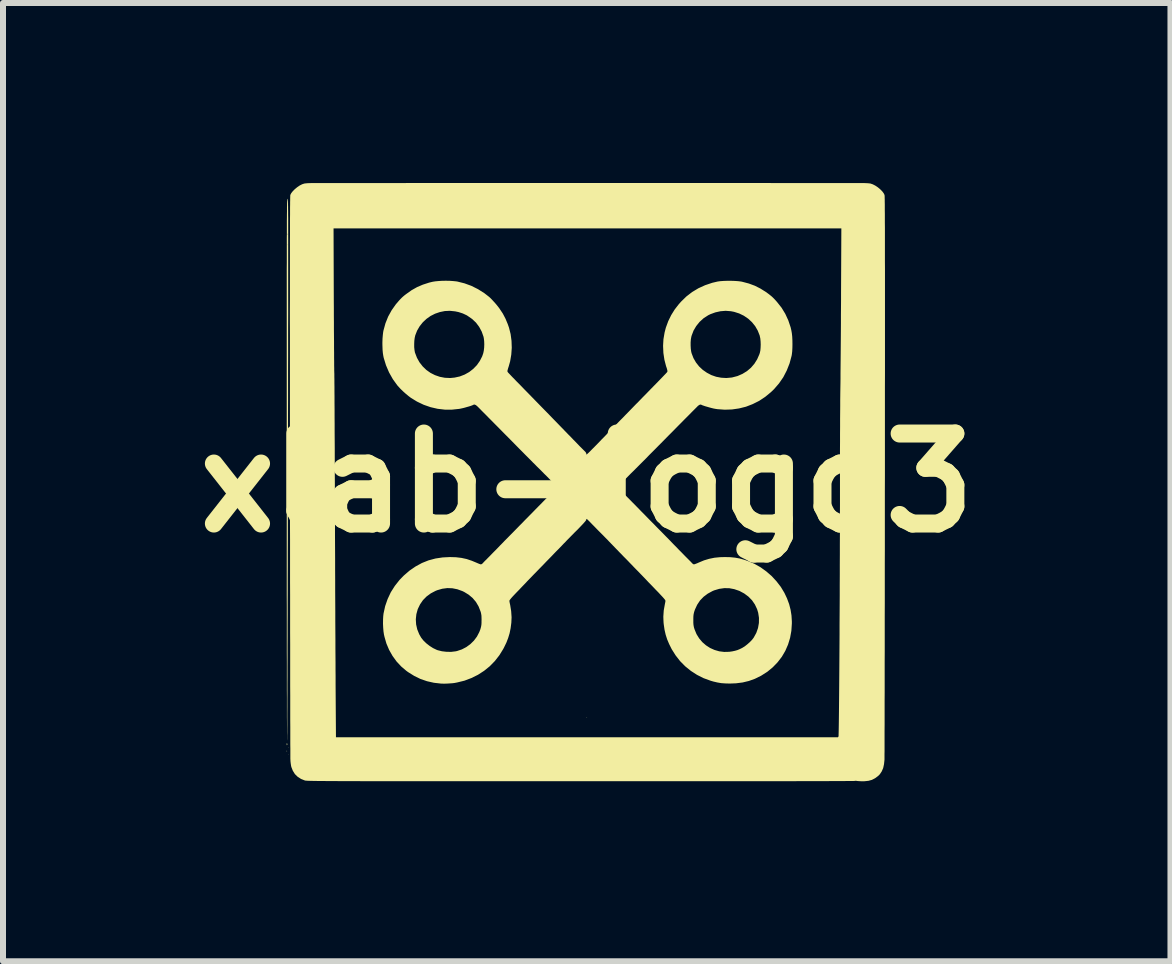
<source format=kicad_pcb>
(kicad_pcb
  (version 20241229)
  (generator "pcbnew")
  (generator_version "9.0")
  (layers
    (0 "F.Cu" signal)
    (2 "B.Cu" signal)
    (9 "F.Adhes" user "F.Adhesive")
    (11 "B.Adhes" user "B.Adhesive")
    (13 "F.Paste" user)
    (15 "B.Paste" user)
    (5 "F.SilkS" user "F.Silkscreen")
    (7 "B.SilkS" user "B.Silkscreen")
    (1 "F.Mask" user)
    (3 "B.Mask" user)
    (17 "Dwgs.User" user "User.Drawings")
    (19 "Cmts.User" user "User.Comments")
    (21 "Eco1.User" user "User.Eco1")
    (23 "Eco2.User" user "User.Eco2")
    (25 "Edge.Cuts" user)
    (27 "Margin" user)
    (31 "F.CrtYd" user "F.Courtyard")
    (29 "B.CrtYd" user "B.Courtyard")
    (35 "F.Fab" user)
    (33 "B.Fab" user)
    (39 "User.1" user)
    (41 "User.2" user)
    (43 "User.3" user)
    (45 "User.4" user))
  (footprint "xlab-logo3"
    (layer "F.Cu")
    (at 6.729 4.997)
    (property "Reference" "xlab-logo3" (at 0 0 0) (layer "F.SilkS") (effects (font (size 1.5 1.5) (thickness 0.3))))
    (attr board_only exclude_from_pos_files exclude_from_bom)
    (fp_poly (pts (xy -4.971 4.407) (xy -4.975 4.41) (xy -4.979 4.407) (xy -4.975 4.403)) (stroke (width 0) (type solid)) (fill yes) (layer "F.SilkS"))
    (fp_poly (pts (xy -4.971 4.529) (xy -4.975 4.532) (xy -4.979 4.529) (xy -4.975 4.526)) (stroke (width 0) (type solid)) (fill yes) (layer "F.SilkS"))
    (fp_poly (pts (xy -4.996 4.463) (xy -4.995 4.477) (xy -4.996 4.48) (xy -4.999 4.481) (xy -5 4.471) (xy -4.999 4.462)) (stroke (width 0) (type solid)) (fill yes) (layer "F.SilkS"))
    (fp_poly (pts (xy 0.005 3.903) (xy 0.004 3.907) (xy 0 3.907) (xy -0.006 3.905) (xy -0.005 3.903) (xy 0.004 3.902)) (stroke (width 0) (type solid)) (fill yes) (layer "F.SilkS"))
    (fp_poly (pts (xy -4.993 4.344) (xy -4.99 4.36) (xy -4.993 4.368) (xy -4.998 4.373) (xy -5 4.368) (xy -5.001 4.356) (xy -5 4.341) (xy -4.997 4.339)) (stroke (width 0) (type solid)) (fill yes) (layer "F.SilkS"))
    (fp_poly (pts (xy -4.988 -4.733) (xy -4.988 -4.733) (xy -4.986 -4.73) (xy -4.985 -4.725) (xy -4.983 -4.719) (xy -4.982 -4.71) (xy -4.981 -4.697) (xy -4.98 -4.681) (xy -4.979 -4.661) (xy -4.979 -4.636) (xy -4.978 -4.605) (xy -4.978 -4.568) (xy -4.977 -4.525) (xy -4.977 -4.474) (xy -4.976 -4.415) (xy -4.976 -4.348) (xy -4.976 -4.272) (xy -4.976 -4.186) (xy -4.976 -4.09) (xy -4.976 -3.983) (xy -4.976 -3.865) (xy -4.976 -3.735) (xy -4.976 -3.593) (xy -4.976 -3.476) (xy -4.976 -3.253) (xy -4.976 -3.027) (xy -4.976 -2.798) (xy -4.977 -2.567) (xy -4.977 -2.333) (xy -4.977 -2.098) (xy -4.978 -1.861) (xy -4.978 -1.623) (xy -4.978 -1.385) (xy -4.979 -1.147) (xy -4.979 -0.908) (xy -4.979 -0.671) (xy -4.98 -0.434) (xy -4.98 -0.199) (xy -4.981 0.035) (xy -4.981 0.266) (xy -4.981 0.495) (xy -4.982 0.721) (xy -4.982 0.944) (xy -4.983 1.163) (xy -4.983 1.378) (xy -4.984 1.589) (xy -4.984 1.794) (xy -4.985 1.995) (xy -4.985 2.189) (xy -4.986 2.378) (xy -4.986 2.56) (xy -4.987 2.736) (xy -4.987 2.904) (xy -4.988 3.065) (xy -4.988 3.218) (xy -4.989 3.362) (xy -4.989 3.498) (xy -4.99 3.625) (xy -4.99 3.742) (xy -4.991 3.849) (xy -4.991 3.946) (xy -4.991 4.032) (xy -4.992 4.107) (xy -4.992 4.171) (xy -4.993 4.222) (xy -4.993 4.262) (xy -4.994 4.289) (xy -4.994 4.303) (xy -4.994 4.305) (xy -4.994 4.299) (xy -4.995 4.279) (xy -4.995 4.247) (xy -4.995 4.203) (xy -4.996 4.146) (xy -4.996 4.077) (xy -4.996 3.997) (xy -4.997 3.906) (xy -4.997 3.804) (xy -4.997 3.691) (xy -4.997 3.568) (xy -4.998 3.436) (xy -4.998 3.294) (xy -4.998 3.144) (xy -4.998 2.984) (xy -4.999 2.816) (xy -4.999 2.641) (xy -4.999 2.457) (xy -4.999 2.267) (xy -4.999 2.069) (xy -5 1.865) (xy -5 1.655) (xy -5 1.438) (xy -5 1.217) (xy -5 0.99) (xy -5 0.758) (xy -5 0.522) (xy -5 0.281) (xy -5 0.037) (xy -5 -0.21) (xy -5 -0.217) (xy -5 -0.515) (xy -5 -0.8) (xy -5 -1.071) (xy -5 -1.33) (xy -5 -1.577) (xy -5 -1.811) (xy -5 -2.034) (xy -5 -2.245) (xy -5 -2.445) (xy -5 -2.634) (xy -5 -2.812) (xy -5 -2.98) (xy -5 -3.138) (xy -5 -3.287) (xy -5 -3.426) (xy -5 -3.556) (xy -4.999 -3.677) (xy -4.999 -3.79) (xy -4.999 -3.895) (xy -4.999 -3.965) (xy -4.986 -3.965) (xy -4.983 -3.962) (xy -4.979 -3.965) (xy -4.983 -3.968) (xy -4.986 -3.965) (xy -4.999 -3.965) (xy -4.999 -3.991) (xy -4.999 -4.08) (xy -4.998 -4.145) (xy -4.986 -4.145) (xy -4.984 -4.139) (xy -4.981 -4.14) (xy -4.98 -4.149) (xy -4.981 -4.15) (xy -4.986 -4.149) (xy -4.986 -4.145) (xy -4.998 -4.145) (xy -4.998 -4.162) (xy -4.998 -4.237) (xy -4.998 -4.305) (xy -4.998 -4.367) (xy -4.997 -4.423) (xy -4.997 -4.473) (xy -4.996 -4.517) (xy -4.996 -4.557) (xy -4.996 -4.591) (xy -4.995 -4.621) (xy -4.995 -4.646) (xy -4.994 -4.668) (xy -4.994 -4.686) (xy -4.993 -4.7) (xy -4.992 -4.712) (xy -4.992 -4.721) (xy -4.991 -4.727) (xy -4.99 -4.731) (xy -4.99 -4.733) (xy -4.989 -4.734)) (stroke (width 0) (type solid)) (fill yes) (layer "F.SilkS"))
    (fp_poly (pts (xy 0.259 -4.997) (xy 0.487 -4.997) (xy 0.713 -4.997) (xy 0.938 -4.997) (xy 1.16 -4.997) (xy 1.381 -4.997) (xy 1.598 -4.997) (xy 1.811 -4.997) (xy 2.021 -4.997) (xy 2.226 -4.997) (xy 2.426 -4.997) (xy 2.621 -4.997) (xy 2.809 -4.997) (xy 2.991 -4.997) (xy 3.166 -4.996) (xy 3.334 -4.996) (xy 3.493 -4.996) (xy 3.644 -4.996) (xy 3.786 -4.996) (xy 3.918 -4.996) (xy 4.041 -4.996) (xy 4.153 -4.996) (xy 4.254 -4.996) (xy 4.343 -4.996) (xy 4.421 -4.996) (xy 4.486 -4.996) (xy 4.538 -4.996) (xy 4.576 -4.996) (xy 4.601 -4.996) (xy 4.61 -4.996) (xy 4.648 -4.995) (xy 4.685 -4.993) (xy 4.716 -4.99) (xy 4.729 -4.988) (xy 4.767 -4.975) (xy 4.808 -4.954) (xy 4.85 -4.926) (xy 4.889 -4.894) (xy 4.923 -4.86) (xy 4.948 -4.827) (xy 4.963 -4.797) (xy 4.963 -4.792) (xy 4.964 -4.782) (xy 4.965 -4.767) (xy 4.965 -4.745) (xy 4.966 -4.718) (xy 4.966 -4.684) (xy 4.967 -4.644) (xy 4.967 -4.597) (xy 4.967 -4.543) (xy 4.968 -4.482) (xy 4.968 -4.413) (xy 4.968 -4.336) (xy 4.969 -4.251) (xy 4.969 -4.158) (xy 4.969 -4.057) (xy 4.969 -3.946) (xy 4.969 -3.827) (xy 4.969 -3.698) (xy 4.97 -3.56) (xy 4.97 -3.412) (xy 4.97 -3.253) (xy 4.97 -3.085) (xy 4.97 -2.906) (xy 4.97 -2.716) (xy 4.97 -2.515) (xy 4.97 -2.303) (xy 4.97 -2.079) (xy 4.97 -1.844) (xy 4.969 -1.596) (xy 4.969 -1.336) (xy 4.969 -1.064) (xy 4.969 -0.779) (xy 4.969 -0.481) (xy 4.969 -0.169) (xy 4.969 -0.116) (xy 4.968 0.136) (xy 4.968 0.384) (xy 4.968 0.629) (xy 4.968 0.87) (xy 4.968 1.107) (xy 4.967 1.339) (xy 4.967 1.566) (xy 4.967 1.788) (xy 4.967 2.004) (xy 4.966 2.214) (xy 4.966 2.418) (xy 4.966 2.616) (xy 4.966 2.806) (xy 4.965 2.988) (xy 4.965 3.163) (xy 4.965 3.33) (xy 4.965 3.488) (xy 4.964 3.638) (xy 4.964 3.778) (xy 4.964 3.909) (xy 4.964 4.029) (xy 4.963 4.14) (xy 4.963 4.24) (xy 4.963 4.329) (xy 4.963 4.406) (xy 4.963 4.472) (xy 4.962 4.526) (xy 4.962 4.567) (xy 4.962 4.596) (xy 4.962 4.612) (xy 4.962 4.614) (xy 4.954 4.689) (xy 4.94 4.754) (xy 4.916 4.809) (xy 4.885 4.856) (xy 4.855 4.886) (xy 4.805 4.923) (xy 4.753 4.95) (xy 4.696 4.966) (xy 4.63 4.973) (xy 4.599 4.974) (xy 4.565 4.973) (xy 4.532 4.971) (xy 4.508 4.969) (xy 4.501 4.968) (xy 4.482 4.965) (xy 4.473 4.967) (xy 4.473 4.968) (xy 4.465 4.968) (xy 4.443 4.969) (xy 4.407 4.969) (xy 4.357 4.969) (xy 4.293 4.97) (xy 4.216 4.97) (xy 4.126 4.97) (xy 4.023 4.971) (xy 3.908 4.971) (xy 3.78 4.971) (xy 3.641 4.971) (xy 3.491 4.972) (xy 3.329 4.972) (xy 3.157 4.972) (xy 2.974 4.972) (xy 2.78 4.973) (xy 2.577 4.973) (xy 2.365 4.973) (xy 2.143 4.973) (xy 1.912 4.973) (xy 1.672 4.973) (xy 1.424 4.973) (xy 1.168 4.973) (xy 0.905 4.973) (xy 0.634 4.973) (xy 0.355 4.973) (xy 0.07 4.973) (xy -0.091 4.973) (xy -0.403 4.973) (xy -0.701 4.973) (xy -0.985 4.973) (xy -1.254 4.973) (xy -1.511 4.973) (xy -1.754 4.973) (xy -1.984 4.973) (xy -2.202 4.973) (xy -2.407 4.973) (xy -2.601 4.973) (xy -2.784 4.973) (xy -2.956 4.973) (xy -3.117 4.972) (xy -3.267 4.972) (xy -3.408 4.972) (xy -3.538 4.972) (xy -3.66 4.972) (xy -3.773 4.972) (xy -3.877 4.971) (xy -3.973 4.971) (xy -4.06 4.971) (xy -4.141 4.971) (xy -4.214 4.97) (xy -4.28 4.97) (xy -4.34 4.97) (xy -4.394 4.969) (xy -4.442 4.969) (xy -4.484 4.969) (xy -4.521 4.968) (xy -4.554 4.968) (xy -4.582 4.967) (xy -4.606 4.967) (xy -4.626 4.966) (xy -4.643 4.966) (xy -4.657 4.965) (xy -4.669 4.964) (xy -4.678 4.964) (xy -4.685 4.963) (xy -4.69 4.962) (xy -4.694 4.961) (xy -4.697 4.961) (xy -4.762 4.935) (xy -4.818 4.899) (xy -4.864 4.854) (xy -4.899 4.798) (xy -4.924 4.734) (xy -4.924 4.734) (xy -4.929 4.709) (xy -4.934 4.676) (xy -4.938 4.639) (xy -4.939 4.614) (xy -4.94 4.603) (xy -4.94 4.579) (xy -4.94 4.542) (xy -4.94 4.492) (xy -4.94 4.43) (xy -4.941 4.357) (xy -4.941 4.271) (xy -4.941 4.175) (xy -4.941 4.068) (xy -4.942 3.951) (xy -4.942 3.824) (xy -4.942 3.687) (xy -4.942 3.54) (xy -4.943 3.385) (xy -4.943 3.221) (xy -4.943 3.049) (xy -4.943 2.869) (xy -4.943 2.681) (xy -4.944 2.487) (xy -4.944 2.285) (xy -4.944 2.077) (xy -4.944 1.863) (xy -4.945 1.643) (xy -4.945 1.417) (xy -4.945 1.187) (xy -4.945 0.951) (xy -4.946 0.712) (xy -4.946 0.468) (xy -4.946 0.221) (xy -4.946 -0.029) (xy -4.946 -0.116) (xy -4.946 -0.429) (xy -4.947 -0.73) (xy -4.947 -1.017) (xy -4.947 -1.292) (xy -4.947 -1.554) (xy -4.947 -1.803) (xy -4.947 -2.041) (xy -4.947 -2.266) (xy -4.947 -2.481) (xy -4.948 -2.683) (xy -4.948 -2.875) (xy -4.947 -3.056) (xy -4.947 -3.226) (xy -4.947 -3.386) (xy -4.947 -3.536) (xy -4.947 -3.676) (xy -4.947 -3.806) (xy -4.947 -3.927) (xy -4.947 -4.039) (xy -4.946 -4.142) (xy -4.946 -4.236) (xy -4.946 -4.24) (xy -4.22 -4.24) (xy -4.216 -3.042) (xy -4.215 -2.916) (xy -4.215 -2.793) (xy -4.214 -2.674) (xy -4.214 -2.56) (xy -4.213 -2.452) (xy -4.212 -2.35) (xy -4.212 -2.255) (xy -4.211 -2.168) (xy -4.211 -2.089) (xy -4.21 -2.019) (xy -4.21 -1.96) (xy -4.209 -1.91) (xy -4.209 -1.872) (xy -4.208 -1.846) (xy -4.208 -1.833) (xy -4.208 -1.831) (xy -4.207 -1.823) (xy -4.207 -1.803) (xy -4.207 -1.769) (xy -4.206 -1.724) (xy -4.206 -1.667) (xy -4.205 -1.599) (xy -4.205 -1.52) (xy -4.204 -1.432) (xy -4.204 -1.334) (xy -4.203 -1.227) (xy -4.203 -1.111) (xy -4.202 -0.988) (xy -4.202 -0.857) (xy -4.201 -0.72) (xy -4.2 -0.576) (xy -4.2 -0.426) (xy -4.199 -0.271) (xy -4.199 -0.111) (xy -4.198 0.053) (xy -4.198 0.221) (xy -4.197 0.336) (xy -4.197 0.518) (xy -4.196 0.701) (xy -4.196 0.885) (xy -4.195 1.07) (xy -4.194 1.254) (xy -4.194 1.437) (xy -4.193 1.617) (xy -4.193 1.795) (xy -4.192 1.968) (xy -4.191 2.137) (xy -4.191 2.3) (xy -4.19 2.457) (xy -4.189 2.607) (xy -4.189 2.749) (xy -4.188 2.882) (xy -4.187 3.005) (xy -4.187 3.118) (xy -4.186 3.219) (xy -4.186 3.308) (xy -4.186 3.365) (xy -4.18 4.24) (xy 0.004 4.24) (xy 4.187 4.24) (xy 4.196 4.225) (xy 4.197 4.216) (xy 4.197 4.195) (xy 4.198 4.161) (xy 4.199 4.115) (xy 4.2 4.058) (xy 4.201 3.99) (xy 4.202 3.912) (xy 4.203 3.823) (xy 4.204 3.726) (xy 4.205 3.62) (xy 4.206 3.506) (xy 4.207 3.384) (xy 4.208 3.255) (xy 4.209 3.12) (xy 4.21 2.979) (xy 4.211 2.832) (xy 4.212 2.681) (xy 4.213 2.525) (xy 4.213 2.366) (xy 4.214 2.203) (xy 4.215 2.038) (xy 4.216 1.87) (xy 4.216 1.701) (xy 4.217 1.531) (xy 4.217 1.361) (xy 4.218 1.19) (xy 4.218 1.02) (xy 4.219 0.852) (xy 4.219 0.685) (xy 4.219 0.52) (xy 4.22 0.358) (xy 4.22 0.2) (xy 4.22 0.045) (xy 4.22 -0.022) (xy 4.22 -0.152) (xy 4.22 -0.284) (xy 4.22 -0.418) (xy 4.22 -0.551) (xy 4.221 -0.683) (xy 4.221 -0.812) (xy 4.222 -0.937) (xy 4.222 -1.057) (xy 4.223 -1.171) (xy 4.224 -1.277) (xy 4.224 -1.375) (xy 4.225 -1.462) (xy 4.226 -1.539) (xy 4.227 -1.598) (xy 4.228 -1.663) (xy 4.229 -1.741) (xy 4.229 -1.829) (xy 4.23 -1.928) (xy 4.231 -2.035) (xy 4.232 -2.149) (xy 4.233 -2.27) (xy 4.234 -2.396) (xy 4.235 -2.525) (xy 4.236 -2.657) (xy 4.236 -2.79) (xy 4.237 -2.923) (xy 4.238 -3.054) (xy 4.238 -3.165) (xy 4.243 -4.24) (xy 0.011 -4.24) (xy -4.22 -4.24) (xy -4.946 -4.24) (xy -4.946 -4.323) (xy -4.946 -4.401) (xy -4.945 -4.471) (xy -4.945 -4.533) (xy -4.945 -4.589) (xy -4.944 -4.637) (xy -4.944 -4.678) (xy -4.943 -4.713) (xy -4.943 -4.741) (xy -4.942 -4.764) (xy -4.942 -4.78) (xy -4.941 -4.791) (xy -4.941 -4.796) (xy -4.941 -4.797) (xy -4.925 -4.828) (xy -4.899 -4.861) (xy -4.865 -4.895) (xy -4.826 -4.927) (xy -4.785 -4.955) (xy -4.744 -4.976) (xy -4.707 -4.988) (xy -4.684 -4.991) (xy -4.651 -4.994) (xy -4.613 -4.995) (xy -4.588 -4.996) (xy -4.575 -4.996) (xy -4.548 -4.996) (xy -4.507 -4.996) (xy -4.453 -4.996) (xy -4.386 -4.996) (xy -4.306 -4.996) (xy -4.214 -4.996) (xy -4.111 -4.996) (xy -3.997 -4.996) (xy -3.873 -4.996) (xy -3.739 -4.996) (xy -3.595 -4.996) (xy -3.443 -4.996) (xy -3.282 -4.996) (xy -3.113 -4.996) (xy -2.937 -4.997) (xy -2.754 -4.997) (xy -2.564 -4.997) (xy -2.368 -4.997) (xy -2.167 -4.997) (xy -1.961 -4.997) (xy -1.751 -4.997) (xy -1.537 -4.997) (xy -1.319 -4.997) (xy -1.098 -4.997) (xy -0.875 -4.997) (xy -0.65 -4.997) (xy -0.424 -4.997) (xy -0.196 -4.997) (xy 0.032 -4.997)) (stroke (width 0) (type solid)) (fill yes) (layer "F.SilkS"))
    (fp_poly (pts (xy -2.287 -3.367) (xy -2.229 -3.363) (xy -2.179 -3.358) (xy -2.158 -3.355) (xy -2.038 -3.325) (xy -1.923 -3.283) (xy -1.813 -3.228) (xy -1.707 -3.161) (xy -1.631 -3.102) (xy -1.607 -3.081) (xy -1.578 -3.051) (xy -1.545 -3.015) (xy -1.512 -2.978) (xy -1.482 -2.941) (xy -1.456 -2.907) (xy -1.453 -2.902) (xy -1.399 -2.821) (xy -1.355 -2.737) (xy -1.317 -2.646) (xy -1.296 -2.586) (xy -1.269 -2.479) (xy -1.254 -2.366) (xy -1.25 -2.251) (xy -1.258 -2.137) (xy -1.277 -2.025) (xy -1.3 -1.943) (xy -1.311 -1.909) (xy -1.318 -1.884) (xy -1.322 -1.868) (xy -1.322 -1.856) (xy -1.318 -1.848) (xy -1.312 -1.839) (xy -1.309 -1.836) (xy -1.303 -1.83) (xy -1.296 -1.822) (xy -1.286 -1.812) (xy -1.273 -1.798) (xy -1.256 -1.78) (xy -1.234 -1.757) (xy -1.207 -1.73) (xy -1.175 -1.696) (xy -1.136 -1.657) (xy -1.09 -1.61) (xy -1.037 -1.555) (xy -0.976 -1.493) (xy -0.906 -1.421) (xy -0.827 -1.34) (xy -0.822 -1.335) (xy -0.752 -1.263) (xy -0.69 -1.2) (xy -0.636 -1.145) (xy -0.589 -1.096) (xy -0.548 -1.054) (xy -0.511 -1.016) (xy -0.477 -0.981) (xy -0.446 -0.949) (xy -0.416 -0.918) (xy -0.386 -0.888) (xy -0.379 -0.88) (xy -0.367 -0.867) (xy -0.347 -0.847) (xy -0.323 -0.822) (xy -0.296 -0.794) (xy -0.289 -0.788) (xy -0.258 -0.756) (xy -0.225 -0.721) (xy -0.193 -0.689) (xy -0.167 -0.662) (xy -0.121 -0.614) (xy -0.082 -0.575) (xy -0.052 -0.545) (xy -0.031 -0.524) (xy -0.021 -0.514) (xy -0.011 -0.498) (xy -0.007 -0.484) (xy -0.007 -0.474) (xy -0.004 -0.472) (xy 0.004 -0.477) (xy 0.019 -0.491) (xy 0.025 -0.496) (xy 0.055 -0.525) (xy 0.091 -0.562) (xy 0.136 -0.607) (xy 0.189 -0.661) (xy 0.19 -0.662) (xy 0.216 -0.689) (xy 0.247 -0.722) (xy 0.281 -0.756) (xy 0.312 -0.788) (xy 0.339 -0.816) (xy 0.364 -0.842) (xy 0.385 -0.863) (xy 0.399 -0.878) (xy 0.401 -0.88) (xy 0.431 -0.911) (xy 0.461 -0.941) (xy 0.491 -0.973) (xy 0.524 -1.007) (xy 0.56 -1.044) (xy 0.601 -1.085) (xy 0.646 -1.132) (xy 0.699 -1.186) (xy 0.758 -1.247) (xy 0.826 -1.317) (xy 0.845 -1.335) (xy 0.924 -1.417) (xy 0.995 -1.489) (xy 1.056 -1.552) (xy 1.11 -1.607) (xy 1.156 -1.654) (xy 1.195 -1.694) (xy 1.228 -1.728) (xy 1.255 -1.756) (xy 1.277 -1.779) (xy 1.294 -1.797) (xy 1.308 -1.811) (xy 1.318 -1.822) (xy 1.325 -1.83) (xy 1.331 -1.836) (xy 1.331 -1.836) (xy 1.339 -1.845) (xy 1.343 -1.853) (xy 1.345 -1.863) (xy 1.342 -1.878) (xy 1.337 -1.899) (xy 1.327 -1.93) (xy 1.322 -1.943) (xy 1.294 -2.051) (xy 1.277 -2.164) (xy 1.272 -2.279) (xy 1.272 -2.287) (xy 1.731 -2.287) (xy 1.734 -2.233) (xy 1.741 -2.184) (xy 1.747 -2.16) (xy 1.778 -2.079) (xy 1.82 -2.006) (xy 1.872 -1.94) (xy 1.933 -1.883) (xy 2.002 -1.835) (xy 2.076 -1.796) (xy 2.156 -1.768) (xy 2.24 -1.752) (xy 2.326 -1.747) (xy 2.414 -1.755) (xy 2.425 -1.757) (xy 2.513 -1.78) (xy 2.595 -1.816) (xy 2.67 -1.862) (xy 2.736 -1.918) (xy 2.793 -1.984) (xy 2.84 -2.059) (xy 2.876 -2.141) (xy 2.885 -2.168) (xy 2.893 -2.206) (xy 2.897 -2.253) (xy 2.899 -2.305) (xy 2.897 -2.358) (xy 2.892 -2.408) (xy 2.883 -2.449) (xy 2.882 -2.455) (xy 2.85 -2.536) (xy 2.807 -2.611) (xy 2.753 -2.678) (xy 2.69 -2.736) (xy 2.618 -2.785) (xy 2.54 -2.823) (xy 2.455 -2.85) (xy 2.403 -2.86) (xy 2.316 -2.867) (xy 2.229 -2.86) (xy 2.143 -2.841) (xy 2.061 -2.811) (xy 2.024 -2.793) (xy 1.947 -2.743) (xy 1.881 -2.683) (xy 1.825 -2.614) (xy 1.78 -2.538) (xy 1.748 -2.454) (xy 1.743 -2.436) (xy 1.735 -2.393) (xy 1.731 -2.342) (xy 1.731 -2.287) (xy 1.272 -2.287) (xy 1.278 -2.393) (xy 1.297 -2.505) (xy 1.318 -2.586) (xy 1.358 -2.695) (xy 1.407 -2.795) (xy 1.466 -2.89) (xy 1.536 -2.98) (xy 1.572 -3.02) (xy 1.66 -3.106) (xy 1.756 -3.18) (xy 1.861 -3.243) (xy 1.973 -3.294) (xy 2.092 -3.334) (xy 2.181 -3.355) (xy 2.225 -3.361) (xy 2.28 -3.365) (xy 2.341 -3.367) (xy 2.405 -3.367) (xy 2.467 -3.365) (xy 2.524 -3.361) (xy 2.572 -3.355) (xy 2.591 -3.351) (xy 2.701 -3.322) (xy 2.801 -3.285) (xy 2.894 -3.238) (xy 2.985 -3.181) (xy 3.033 -3.146) (xy 3.062 -3.123) (xy 3.085 -3.104) (xy 3.104 -3.086) (xy 3.124 -3.066) (xy 3.147 -3.041) (xy 3.171 -3.014) (xy 3.247 -2.918) (xy 3.309 -2.816) (xy 3.359 -2.707) (xy 3.398 -2.591) (xy 3.41 -2.539) (xy 3.418 -2.493) (xy 3.424 -2.438) (xy 3.427 -2.377) (xy 3.428 -2.313) (xy 3.427 -2.251) (xy 3.424 -2.192) (xy 3.418 -2.141) (xy 3.414 -2.117) (xy 3.38 -1.991) (xy 3.333 -1.872) (xy 3.275 -1.76) (xy 3.204 -1.657) (xy 3.121 -1.561) (xy 3.07 -1.512) (xy 2.974 -1.433) (xy 2.873 -1.366) (xy 2.765 -1.312) (xy 2.654 -1.269) (xy 2.538 -1.24) (xy 2.42 -1.223) (xy 2.299 -1.219) (xy 2.177 -1.228) (xy 2.144 -1.233) (xy 2.117 -1.238) (xy 2.083 -1.246) (xy 2.046 -1.256) (xy 2.008 -1.267) (xy 1.973 -1.277) (xy 1.944 -1.287) (xy 1.924 -1.294) (xy 1.917 -1.298) (xy 1.899 -1.305) (xy 1.878 -1.3) (xy 1.852 -1.282) (xy 1.843 -1.272) (xy 1.83 -1.259) (xy 1.808 -1.237) (xy 1.78 -1.209) (xy 1.746 -1.175) (xy 1.709 -1.137) (xy 1.669 -1.097) (xy 1.659 -1.087) (xy 1.625 -1.053) (xy 1.583 -1.01) (xy 1.533 -0.96) (xy 1.479 -0.905) (xy 1.42 -0.845) (xy 1.359 -0.784) (xy 1.297 -0.721) (xy 1.236 -0.659) (xy 1.202 -0.625) (xy 1.146 -0.568) (xy 1.092 -0.514) (xy 1.04 -0.462) (xy 0.993 -0.413) (xy 0.95 -0.37) (xy 0.913 -0.333) (xy 0.883 -0.303) (xy 0.861 -0.281) (xy 0.848 -0.268) (xy 0.809 -0.229) (xy 0.768 -0.188) (xy 0.726 -0.147) (xy 0.685 -0.105) (xy 0.646 -0.066) (xy 0.609 -0.029) (xy 0.577 0.004) (xy 0.55 0.032) (xy 0.53 0.053) (xy 0.517 0.067) (xy 0.514 0.071) (xy 0.518 0.077) (xy 0.532 0.092) (xy 0.553 0.114) (xy 0.581 0.143) (xy 0.615 0.177) (xy 0.652 0.215) (xy 0.683 0.246) (xy 0.725 0.288) (xy 0.765 0.329) (xy 0.803 0.367) (xy 0.836 0.401) (xy 0.863 0.428) (xy 0.882 0.448) (xy 0.889 0.455) (xy 0.902 0.469) (xy 0.924 0.491) (xy 0.953 0.52) (xy 0.988 0.556) (xy 1.028 0.597) (xy 1.072 0.642) (xy 1.119 0.689) (xy 1.146 0.717) (xy 1.193 0.765) (xy 1.239 0.811) (xy 1.282 0.855) (xy 1.32 0.894) (xy 1.353 0.927) (xy 1.379 0.954) (xy 1.397 0.972) (xy 1.403 0.979) (xy 1.429 1.006) (xy 1.461 1.039) (xy 1.497 1.075) (xy 1.534 1.114) (xy 1.572 1.152) (xy 1.609 1.19) (xy 1.642 1.224) (xy 1.671 1.253) (xy 1.694 1.276) (xy 1.708 1.29) (xy 1.709 1.291) (xy 1.729 1.311) (xy 1.747 1.33) (xy 1.756 1.34) (xy 1.771 1.353) (xy 1.785 1.359) (xy 1.786 1.359) (xy 1.798 1.356) (xy 1.82 1.348) (xy 1.848 1.337) (xy 1.865 1.329) (xy 1.954 1.292) (xy 2.041 1.266) (xy 2.129 1.248) (xy 2.222 1.239) (xy 2.303 1.237) (xy 2.392 1.239) (xy 2.472 1.247) (xy 2.549 1.261) (xy 2.627 1.283) (xy 2.688 1.304) (xy 2.795 1.35) (xy 2.896 1.407) (xy 2.992 1.476) (xy 3.082 1.554) (xy 3.162 1.641) (xy 3.234 1.734) (xy 3.294 1.834) (xy 3.337 1.925) (xy 3.373 2.022) (xy 3.397 2.116) (xy 3.412 2.21) (xy 3.418 2.31) (xy 3.418 2.344) (xy 3.41 2.466) (xy 3.389 2.582) (xy 3.355 2.694) (xy 3.309 2.8) (xy 3.251 2.899) (xy 3.181 2.99) (xy 3.1 3.074) (xy 3.009 3.149) (xy 2.907 3.214) (xy 2.899 3.218) (xy 2.802 3.266) (xy 2.702 3.302) (xy 2.598 3.327) (xy 2.488 3.341) (xy 2.385 3.345) (xy 2.308 3.343) (xy 2.24 3.338) (xy 2.176 3.327) (xy 2.108 3.311) (xy 2.061 3.297) (xy 1.946 3.255) (xy 1.837 3.2) (xy 1.735 3.134) (xy 1.641 3.058) (xy 1.556 2.972) (xy 1.481 2.876) (xy 1.416 2.773) (xy 1.414 2.769) (xy 1.373 2.687) (xy 1.34 2.609) (xy 1.315 2.531) (xy 1.296 2.448) (xy 1.283 2.358) (xy 1.28 2.33) (xy 1.278 2.29) (xy 1.776 2.29) (xy 1.776 2.331) (xy 1.778 2.362) (xy 1.782 2.388) (xy 1.787 2.412) (xy 1.796 2.44) (xy 1.797 2.443) (xy 1.829 2.521) (xy 1.873 2.592) (xy 1.926 2.655) (xy 1.987 2.708) (xy 2.055 2.752) (xy 2.129 2.785) (xy 2.208 2.808) (xy 2.29 2.818) (xy 2.374 2.816) (xy 2.424 2.809) (xy 2.47 2.799) (xy 2.509 2.788) (xy 2.546 2.773) (xy 2.589 2.752) (xy 2.594 2.749) (xy 2.633 2.725) (xy 2.675 2.692) (xy 2.716 2.656) (xy 2.753 2.618) (xy 2.78 2.583) (xy 2.782 2.58) (xy 2.825 2.502) (xy 2.854 2.42) (xy 2.869 2.335) (xy 2.87 2.25) (xy 2.857 2.165) (xy 2.839 2.106) (xy 2.802 2.027) (xy 2.754 1.957) (xy 2.694 1.896) (xy 2.624 1.844) (xy 2.544 1.801) (xy 2.541 1.8) (xy 2.459 1.772) (xy 2.375 1.756) (xy 2.291 1.755) (xy 2.207 1.767) (xy 2.123 1.792) (xy 2.095 1.804) (xy 2.016 1.847) (xy 1.947 1.899) (xy 1.888 1.96) (xy 1.84 2.032) (xy 1.803 2.112) (xy 1.792 2.144) (xy 1.785 2.17) (xy 1.78 2.195) (xy 1.777 2.223) (xy 1.776 2.257) (xy 1.776 2.29) (xy 1.278 2.29) (xy 1.276 2.23) (xy 1.283 2.126) (xy 1.3 2.032) (xy 1.305 2.005) (xy 1.31 1.982) (xy 1.311 1.967) (xy 1.311 1.966) (xy 1.309 1.958) (xy 1.301 1.945) (xy 1.286 1.927) (xy 1.264 1.902) (xy 1.234 1.87) (xy 1.196 1.829) (xy 1.148 1.78) (xy 1.142 1.774) (xy 1.129 1.76) (xy 1.109 1.739) (xy 1.083 1.712) (xy 1.054 1.682) (xy 1.034 1.662) (xy 1.002 1.628) (xy 0.969 1.593) (xy 0.937 1.56) (xy 0.911 1.533) (xy 0.9 1.522) (xy 0.883 1.504) (xy 0.857 1.477) (xy 0.824 1.444) (xy 0.787 1.406) (xy 0.748 1.365) (xy 0.707 1.323) (xy 0.696 1.311) (xy 0.655 1.269) (xy 0.614 1.228) (xy 0.577 1.189) (xy 0.543 1.155) (xy 0.516 1.126) (xy 0.496 1.106) (xy 0.492 1.102) (xy 0.467 1.076) (xy 0.436 1.044) (xy 0.404 1.011) (xy 0.377 0.983) (xy 0.345 0.949) (xy 0.309 0.913) (xy 0.274 0.877) (xy 0.25 0.853) (xy 0.223 0.826) (xy 0.19 0.793) (xy 0.154 0.756) (xy 0.118 0.719) (xy 0.098 0.699) (xy 0.069 0.669) (xy 0.043 0.642) (xy 0.021 0.621) (xy 0.007 0.607) (xy 0.000148 0.601) (xy -0.006 0.604) (xy -0.008 0.613) (xy -0.011 0.622) (xy -0.022 0.638) (xy -0.041 0.66) (xy -0.069 0.691) (xy -0.105 0.729) (xy -0.15 0.776) (xy -0.206 0.831) (xy -0.227 0.853) (xy -0.258 0.884) (xy -0.293 0.92) (xy -0.329 0.956) (xy -0.354 0.983) (xy -0.385 1.014) (xy -0.417 1.048) (xy -0.447 1.079) (xy -0.469 1.102) (xy -0.487 1.12) (xy -0.513 1.146) (xy -0.545 1.179) (xy -0.581 1.217) (xy -0.621 1.258) (xy -0.662 1.3) (xy -0.673 1.311) (xy -0.714 1.354) (xy -0.754 1.395) (xy -0.792 1.434) (xy -0.826 1.469) (xy -0.854 1.498) (xy -0.874 1.518) (xy -0.878 1.522) (xy -0.901 1.546) (xy -0.93 1.576) (xy -0.963 1.61) (xy -0.997 1.645) (xy -1.012 1.662) (xy -1.042 1.693) (xy -1.07 1.722) (xy -1.094 1.747) (xy -1.112 1.766) (xy -1.119 1.774) (xy -1.168 1.824) (xy -1.208 1.866) (xy -1.239 1.899) (xy -1.261 1.924) (xy -1.277 1.944) (xy -1.286 1.957) (xy -1.289 1.965) (xy -1.289 1.966) (xy -1.288 1.98) (xy -1.284 2.002) (xy -1.278 2.029) (xy -1.277 2.032) (xy -1.26 2.137) (xy -1.253 2.24) (xy -1.257 2.33) (xy -1.269 2.423) (xy -1.286 2.507) (xy -1.31 2.586) (xy -1.34 2.664) (xy -1.379 2.744) (xy -1.392 2.769) (xy -1.457 2.874) (xy -1.532 2.97) (xy -1.617 3.057) (xy -1.711 3.133) (xy -1.813 3.199) (xy -1.922 3.253) (xy -2.038 3.297) (xy -2.16 3.327) (xy -2.207 3.336) (xy -2.242 3.34) (xy -2.286 3.343) (xy -2.334 3.346) (xy -2.379 3.347) (xy -2.417 3.346) (xy -2.426 3.346) (xy -2.548 3.332) (xy -2.663 3.306) (xy -2.773 3.268) (xy -2.877 3.217) (xy -2.978 3.154) (xy -3.007 3.133) (xy -3.094 3.059) (xy -3.171 2.976) (xy -3.238 2.883) (xy -3.294 2.784) (xy -3.339 2.678) (xy -3.371 2.567) (xy -3.38 2.528) (xy -3.388 2.474) (xy -3.393 2.412) (xy -3.396 2.346) (xy -3.395 2.281) (xy -3.395 2.274) (xy -2.849 2.274) (xy -2.844 2.359) (xy -2.825 2.443) (xy -2.792 2.524) (xy -2.76 2.58) (xy -2.723 2.627) (xy -2.675 2.674) (xy -2.62 2.717) (xy -2.562 2.754) (xy -2.504 2.782) (xy -2.486 2.789) (xy -2.414 2.807) (xy -2.337 2.816) (xy -2.259 2.817) (xy -2.185 2.808) (xy -2.162 2.803) (xy -2.082 2.776) (xy -2.007 2.737) (xy -1.94 2.688) (xy -1.88 2.629) (xy -1.83 2.562) (xy -1.791 2.487) (xy -1.774 2.443) (xy -1.766 2.415) (xy -1.76 2.39) (xy -1.756 2.364) (xy -1.754 2.334) (xy -1.754 2.294) (xy -1.753 2.29) (xy -1.754 2.248) (xy -1.755 2.216) (xy -1.759 2.189) (xy -1.764 2.164) (xy -1.77 2.144) (xy -1.803 2.06) (xy -1.847 1.985) (xy -1.902 1.92) (xy -1.967 1.865) (xy -2.042 1.819) (xy -2.073 1.804) (xy -2.156 1.774) (xy -2.24 1.757) (xy -2.324 1.754) (xy -2.408 1.765) (xy -2.491 1.789) (xy -2.519 1.8) (xy -2.599 1.842) (xy -2.67 1.894) (xy -2.73 1.955) (xy -2.778 2.025) (xy -2.816 2.103) (xy -2.817 2.106) (xy -2.84 2.189) (xy -2.849 2.274) (xy -3.395 2.274) (xy -3.392 2.222) (xy -3.387 2.178) (xy -3.36 2.055) (xy -3.319 1.937) (xy -3.266 1.824) (xy -3.199 1.718) (xy -3.12 1.618) (xy -3.05 1.546) (xy -2.954 1.463) (xy -2.852 1.393) (xy -2.747 1.336) (xy -2.637 1.292) (xy -2.521 1.261) (xy -2.401 1.243) (xy -2.281 1.237) (xy -2.18 1.24) (xy -2.088 1.251) (xy -2.001 1.27) (xy -1.915 1.299) (xy -1.843 1.329) (xy -1.813 1.342) (xy -1.788 1.352) (xy -1.769 1.358) (xy -1.764 1.359) (xy -1.75 1.354) (xy -1.735 1.342) (xy -1.734 1.34) (xy -1.72 1.325) (xy -1.701 1.305) (xy -1.687 1.291) (xy -1.673 1.278) (xy -1.652 1.256) (xy -1.623 1.227) (xy -1.59 1.193) (xy -1.554 1.156) (xy -1.516 1.118) (xy -1.478 1.079) (xy -1.443 1.042) (xy -1.41 1.009) (xy -1.383 0.981) (xy -1.381 0.979) (xy -1.368 0.965) (xy -1.346 0.943) (xy -1.317 0.914) (xy -1.282 0.878) (xy -1.241 0.837) (xy -1.197 0.792) (xy -1.151 0.745) (xy -1.124 0.717) (xy -1.076 0.669) (xy -1.031 0.622) (xy -0.988 0.579) (xy -0.95 0.54) (xy -0.917 0.507) (xy -0.891 0.48) (xy -0.873 0.462) (xy -0.867 0.455) (xy -0.853 0.441) (xy -0.83 0.418) (xy -0.801 0.388) (xy -0.766 0.353) (xy -0.727 0.313) (xy -0.686 0.271) (xy -0.66 0.246) (xy -0.62 0.205) (xy -0.584 0.168) (xy -0.552 0.135) (xy -0.525 0.108) (xy -0.506 0.087) (xy -0.494 0.075) (xy -0.491 0.071) (xy -0.496 0.065) (xy -0.51 0.051) (xy -0.531 0.029) (xy -0.559 0.000267) (xy -0.592 -0.033) (xy -0.629 -0.071) (xy -0.668 -0.111) (xy -0.71 -0.152) (xy -0.751 -0.194) (xy -0.792 -0.235) (xy -0.826 -0.268) (xy -0.84 -0.282) (xy -0.862 -0.305) (xy -0.893 -0.335) (xy -0.93 -0.373) (xy -0.974 -0.417) (xy -1.022 -0.465) (xy -1.073 -0.517) (xy -1.128 -0.572) (xy -1.18 -0.625) (xy -1.24 -0.686) (xy -1.301 -0.748) (xy -1.363 -0.81) (xy -1.423 -0.871) (xy -1.48 -0.929) (xy -1.533 -0.982) (xy -1.579 -1.029) (xy -1.618 -1.068) (xy -1.637 -1.087) (xy -1.676 -1.127) (xy -1.714 -1.165) (xy -1.749 -1.2) (xy -1.779 -1.231) (xy -1.802 -1.254) (xy -1.818 -1.27) (xy -1.82 -1.272) (xy -1.847 -1.295) (xy -1.87 -1.305) (xy -1.889 -1.302) (xy -1.894 -1.298) (xy -1.906 -1.293) (xy -1.929 -1.284) (xy -1.96 -1.274) (xy -1.996 -1.264) (xy -2.034 -1.253) (xy -2.07 -1.244) (xy -2.103 -1.237) (xy -2.122 -1.233) (xy -2.245 -1.22) (xy -2.366 -1.22) (xy -2.486 -1.234) (xy -2.603 -1.261) (xy -2.718 -1.301) (xy -2.829 -1.354) (xy -2.929 -1.415) (xy -2.97 -1.446) (xy -3.016 -1.484) (xy -3.063 -1.526) (xy -3.107 -1.569) (xy -3.144 -1.61) (xy -3.157 -1.624) (xy -3.232 -1.728) (xy -3.295 -1.84) (xy -3.346 -1.959) (xy -3.384 -2.083) (xy -3.391 -2.117) (xy -3.398 -2.161) (xy -3.403 -2.215) (xy -3.405 -2.276) (xy -3.406 -2.314) (xy -2.876 -2.314) (xy -2.876 -2.261) (xy -2.871 -2.213) (xy -2.864 -2.173) (xy -2.862 -2.168) (xy -2.83 -2.084) (xy -2.788 -2.009) (xy -2.735 -1.941) (xy -2.674 -1.882) (xy -2.605 -1.833) (xy -2.53 -1.795) (xy -2.449 -1.767) (xy -2.365 -1.751) (xy -2.276 -1.747) (xy -2.203 -1.754) (xy -2.116 -1.773) (xy -2.034 -1.805) (xy -1.959 -1.847) (xy -1.891 -1.9) (xy -1.831 -1.962) (xy -1.782 -2.032) (xy -1.743 -2.108) (xy -1.725 -2.16) (xy -1.716 -2.203) (xy -1.71 -2.254) (xy -1.708 -2.309) (xy -1.71 -2.363) (xy -1.716 -2.412) (xy -1.721 -2.436) (xy -1.751 -2.521) (xy -1.793 -2.599) (xy -1.846 -2.67) (xy -1.911 -2.731) (xy -1.986 -2.783) (xy -2.002 -2.793) (xy -2.066 -2.823) (xy -2.137 -2.846) (xy -2.194 -2.858) (xy -2.281 -2.867) (xy -2.366 -2.863) (xy -2.449 -2.846) (xy -2.528 -2.819) (xy -2.603 -2.781) (xy -2.671 -2.733) (xy -2.732 -2.676) (xy -2.784 -2.611) (xy -2.827 -2.538) (xy -2.858 -2.459) (xy -2.859 -2.455) (xy -2.868 -2.415) (xy -2.874 -2.366) (xy -2.876 -2.314) (xy -3.406 -2.314) (xy -3.406 -2.339) (xy -3.404 -2.403) (xy -3.399 -2.462) (xy -3.393 -2.513) (xy -3.388 -2.539) (xy -3.355 -2.659) (xy -3.31 -2.771) (xy -3.252 -2.876) (xy -3.183 -2.974) (xy -3.149 -3.014) (xy -3.121 -3.046) (xy -3.098 -3.07) (xy -3.079 -3.089) (xy -3.059 -3.107) (xy -3.035 -3.127) (xy -3.01 -3.146) (xy -2.92 -3.21) (xy -2.828 -3.262) (xy -2.732 -3.303) (xy -2.627 -3.337) (xy -2.569 -3.351) (xy -2.526 -3.358) (xy -2.473 -3.363) (xy -2.413 -3.367) (xy -2.35 -3.368)) (stroke (width 0) (type solid)) (fill yes) (layer "F.SilkS")))
  (gr_rect
    (start -3 -3)
    (end 16.457 12.97)
    (stroke (width 0.1) (type default))
    (fill no)
    (layer "Edge.Cuts")))
</source>
